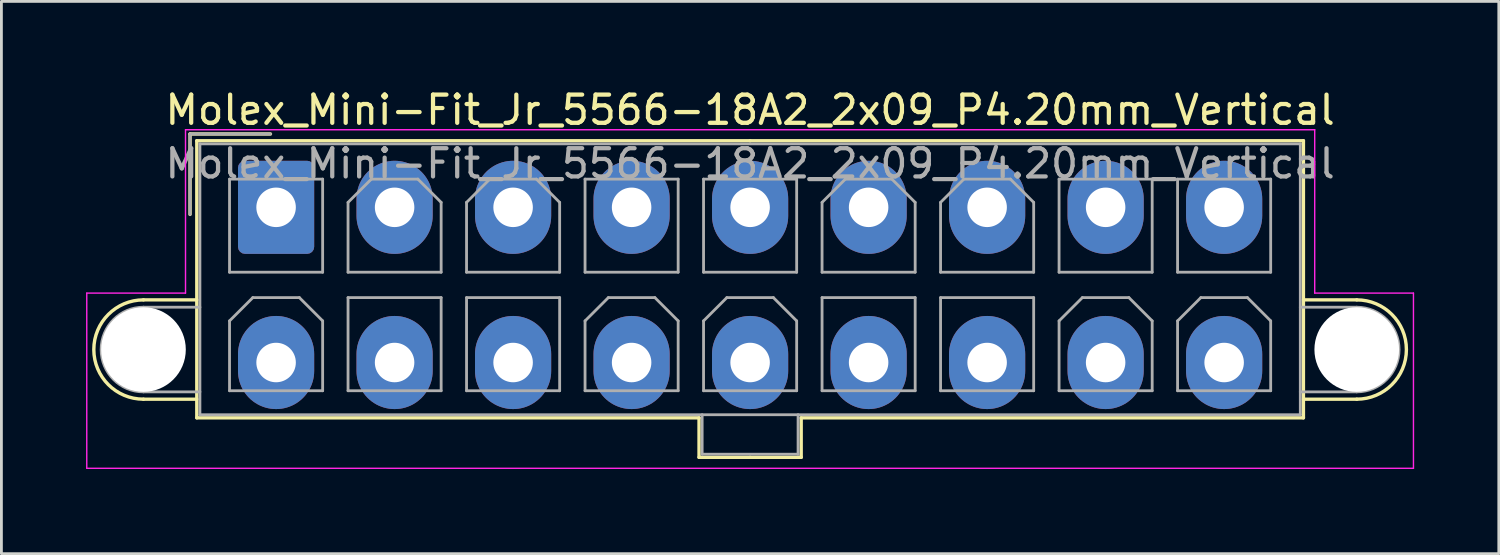
<source format=kicad_pcb>
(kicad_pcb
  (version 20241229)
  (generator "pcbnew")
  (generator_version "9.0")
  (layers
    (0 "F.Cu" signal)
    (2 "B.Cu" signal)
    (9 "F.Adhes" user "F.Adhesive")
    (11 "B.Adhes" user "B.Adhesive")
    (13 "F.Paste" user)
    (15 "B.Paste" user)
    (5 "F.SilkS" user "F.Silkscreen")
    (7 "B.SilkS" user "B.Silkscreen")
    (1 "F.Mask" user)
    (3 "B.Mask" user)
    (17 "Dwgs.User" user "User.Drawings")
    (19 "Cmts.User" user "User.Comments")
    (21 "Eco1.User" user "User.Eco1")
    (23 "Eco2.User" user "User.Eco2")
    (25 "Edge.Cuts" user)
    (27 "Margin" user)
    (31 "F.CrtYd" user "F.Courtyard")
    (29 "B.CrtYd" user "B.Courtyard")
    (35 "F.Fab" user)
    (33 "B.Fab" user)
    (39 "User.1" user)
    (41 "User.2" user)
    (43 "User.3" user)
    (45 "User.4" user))
  (footprint "Molex_Mini-Fit_Jr_5566-18A2_2x09_P4.20mm_Vertical"
    (layer "F.Cu")
    (at 6.735 4.298)
    (property "Reference" "Molex_Mini-Fit_Jr_5566-18A2_2x09_P4.20mm_Vertical" (at 16.8 -3.45 0) (layer "F.SilkS") (effects (font (size 1 1) (thickness 0.15))))
    (attr through_hole)
    (fp_line (start -4.7 3.28) (end -2.81 3.28) (stroke (width 0.12) (type solid)) (layer "F.SilkS"))
    (fp_line (start -4.7 6.8) (end -2.81 6.8) (stroke (width 0.12) (type solid)) (layer "F.SilkS"))
    (fp_line (start -3.05 -2.6) (end -3.05 0.25) (stroke (width 0.12) (type solid)) (layer "F.SilkS"))
    (fp_line (start -2.81 -2.36) (end -2.81 7.46) (stroke (width 0.12) (type solid)) (layer "F.SilkS"))
    (fp_line (start -2.81 7.46) (end 14.99 7.46) (stroke (width 0.12) (type solid)) (layer "F.SilkS"))
    (fp_line (start -0.2 -2.6) (end -3.05 -2.6) (stroke (width 0.12) (type solid)) (layer "F.SilkS"))
    (fp_line (start 14.99 7.46) (end 14.99 8.86) (stroke (width 0.12) (type solid)) (layer "F.SilkS"))
    (fp_line (start 14.99 8.86) (end 16.8 8.86) (stroke (width 0.12) (type solid)) (layer "F.SilkS"))
    (fp_line (start 16.8 -2.36) (end -2.81 -2.36) (stroke (width 0.12) (type solid)) (layer "F.SilkS"))
    (fp_line (start 16.8 -2.36) (end 36.41 -2.36) (stroke (width 0.12) (type solid)) (layer "F.SilkS"))
    (fp_line (start 18.61 7.46) (end 18.61 8.86) (stroke (width 0.12) (type solid)) (layer "F.SilkS"))
    (fp_line (start 18.61 8.86) (end 16.8 8.86) (stroke (width 0.12) (type solid)) (layer "F.SilkS"))
    (fp_line (start 36.41 -2.36) (end 36.41 7.46) (stroke (width 0.12) (type solid)) (layer "F.SilkS"))
    (fp_line (start 36.41 7.46) (end 18.61 7.46) (stroke (width 0.12) (type solid)) (layer "F.SilkS"))
    (fp_line (start 38.3 3.28) (end 36.41 3.28) (stroke (width 0.12) (type solid)) (layer "F.SilkS"))
    (fp_line (start 38.3 6.8) (end 36.41 6.8) (stroke (width 0.12) (type solid)) (layer "F.SilkS"))
    (fp_arc (start -4.7 6.8) (mid -6.46 5.04) (end -4.7 3.28) (stroke (width 0.12) (type solid)) (layer "F.SilkS"))
    (fp_arc (start 38.3 3.28) (mid 40.06 5.04) (end 38.3 6.8) (stroke (width 0.12) (type solid)) (layer "F.SilkS"))
    (fp_line (start -6.71 3.04) (end -6.71 9.25) (stroke (width 0.05) (type solid)) (layer "F.CrtYd"))
    (fp_line (start -6.71 9.25) (end 40.31 9.25) (stroke (width 0.05) (type solid)) (layer "F.CrtYd"))
    (fp_line (start -3.21 -2.75) (end -3.21 3.04) (stroke (width 0.05) (type solid)) (layer "F.CrtYd"))
    (fp_line (start -3.21 3.04) (end -6.71 3.04) (stroke (width 0.05) (type solid)) (layer "F.CrtYd"))
    (fp_line (start 36.81 -2.75) (end -3.21 -2.75) (stroke (width 0.05) (type solid)) (layer "F.CrtYd"))
    (fp_line (start 36.81 3.04) (end 36.81 -2.75) (stroke (width 0.05) (type solid)) (layer "F.CrtYd"))
    (fp_line (start 40.31 3.04) (end 36.81 3.04) (stroke (width 0.05) (type solid)) (layer "F.CrtYd"))
    (fp_line (start 40.31 9.25) (end 40.31 3.04) (stroke (width 0.05) (type solid)) (layer "F.CrtYd"))
    (fp_line (start -4.7 3.54) (end -2.7 3.54) (stroke (width 0.1) (type solid)) (layer "F.Fab"))
    (fp_line (start -4.7 6.54) (end -2.7 6.54) (stroke (width 0.1) (type solid)) (layer "F.Fab"))
    (fp_line (start -3.05 -2.6) (end -3.05 0.25) (stroke (width 0.1) (type solid)) (layer "F.Fab"))
    (fp_line (start -2.7 -2.25) (end -2.7 7.35) (stroke (width 0.1) (type solid)) (layer "F.Fab"))
    (fp_line (start -2.7 7.35) (end 36.3 7.35) (stroke (width 0.1) (type solid)) (layer "F.Fab"))
    (fp_line (start -1.65 -1) (end -1.65 2.3) (stroke (width 0.1) (type solid)) (layer "F.Fab"))
    (fp_line (start -1.65 2.3) (end 1.65 2.3) (stroke (width 0.1) (type solid)) (layer "F.Fab"))
    (fp_line (start -1.65 4.025) (end -0.825 3.2) (stroke (width 0.1) (type solid)) (layer "F.Fab"))
    (fp_line (start -1.65 6.5) (end -1.65 4.025) (stroke (width 0.1) (type solid)) (layer "F.Fab"))
    (fp_line (start -0.825 3.2) (end 0.825 3.2) (stroke (width 0.1) (type solid)) (layer "F.Fab"))
    (fp_line (start -0.2 -2.6) (end -3.05 -2.6) (stroke (width 0.1) (type solid)) (layer "F.Fab"))
    (fp_line (start 0.825 3.2) (end 1.65 4.025) (stroke (width 0.1) (type solid)) (layer "F.Fab"))
    (fp_line (start 1.65 -1) (end -1.65 -1) (stroke (width 0.1) (type solid)) (layer "F.Fab"))
    (fp_line (start 1.65 2.3) (end 1.65 -1) (stroke (width 0.1) (type solid)) (layer "F.Fab"))
    (fp_line (start 1.65 4.025) (end 1.65 6.5) (stroke (width 0.1) (type solid)) (layer "F.Fab"))
    (fp_line (start 1.65 6.5) (end -1.65 6.5) (stroke (width 0.1) (type solid)) (layer "F.Fab"))
    (fp_line (start 2.55 -0.175) (end 3.375 -1) (stroke (width 0.1) (type solid)) (layer "F.Fab"))
    (fp_line (start 2.55 2.3) (end 2.55 -0.175) (stroke (width 0.1) (type solid)) (layer "F.Fab"))
    (fp_line (start 2.55 3.2) (end 2.55 6.5) (stroke (width 0.1) (type solid)) (layer "F.Fab"))
    (fp_line (start 2.55 6.5) (end 5.85 6.5) (stroke (width 0.1) (type solid)) (layer "F.Fab"))
    (fp_line (start 3.375 -1) (end 5.025 -1) (stroke (width 0.1) (type solid)) (layer "F.Fab"))
    (fp_line (start 5.025 -1) (end 5.85 -0.175) (stroke (width 0.1) (type solid)) (layer "F.Fab"))
    (fp_line (start 5.85 -0.175) (end 5.85 2.3) (stroke (width 0.1) (type solid)) (layer "F.Fab"))
    (fp_line (start 5.85 2.3) (end 2.55 2.3) (stroke (width 0.1) (type solid)) (layer "F.Fab"))
    (fp_line (start 5.85 3.2) (end 2.55 3.2) (stroke (width 0.1) (type solid)) (layer "F.Fab"))
    (fp_line (start 5.85 6.5) (end 5.85 3.2) (stroke (width 0.1) (type solid)) (layer "F.Fab"))
    (fp_line (start 6.75 -0.175) (end 7.575 -1) (stroke (width 0.1) (type solid)) (layer "F.Fab"))
    (fp_line (start 6.75 2.3) (end 6.75 -0.175) (stroke (width 0.1) (type solid)) (layer "F.Fab"))
    (fp_line (start 6.75 3.2) (end 6.75 6.5) (stroke (width 0.1) (type solid)) (layer "F.Fab"))
    (fp_line (start 6.75 6.5) (end 10.05 6.5) (stroke (width 0.1) (type solid)) (layer "F.Fab"))
    (fp_line (start 7.575 -1) (end 9.225 -1) (stroke (width 0.1) (type solid)) (layer "F.Fab"))
    (fp_line (start 9.225 -1) (end 10.05 -0.175) (stroke (width 0.1) (type solid)) (layer "F.Fab"))
    (fp_line (start 10.05 -0.175) (end 10.05 2.3) (stroke (width 0.1) (type solid)) (layer "F.Fab"))
    (fp_line (start 10.05 2.3) (end 6.75 2.3) (stroke (width 0.1) (type solid)) (layer "F.Fab"))
    (fp_line (start 10.05 3.2) (end 6.75 3.2) (stroke (width 0.1) (type solid)) (layer "F.Fab"))
    (fp_line (start 10.05 6.5) (end 10.05 3.2) (stroke (width 0.1) (type solid)) (layer "F.Fab"))
    (fp_line (start 10.95 -1) (end 10.95 2.3) (stroke (width 0.1) (type solid)) (layer "F.Fab"))
    (fp_line (start 10.95 2.3) (end 14.25 2.3) (stroke (width 0.1) (type solid)) (layer "F.Fab"))
    (fp_line (start 10.95 4.025) (end 11.775 3.2) (stroke (width 0.1) (type solid)) (layer "F.Fab"))
    (fp_line (start 10.95 6.5) (end 10.95 4.025) (stroke (width 0.1) (type solid)) (layer "F.Fab"))
    (fp_line (start 11.775 3.2) (end 13.425 3.2) (stroke (width 0.1) (type solid)) (layer "F.Fab"))
    (fp_line (start 13.425 3.2) (end 14.25 4.025) (stroke (width 0.1) (type solid)) (layer "F.Fab"))
    (fp_line (start 14.25 -1) (end 10.95 -1) (stroke (width 0.1) (type solid)) (layer "F.Fab"))
    (fp_line (start 14.25 2.3) (end 14.25 -1) (stroke (width 0.1) (type solid)) (layer "F.Fab"))
    (fp_line (start 14.25 4.025) (end 14.25 6.5) (stroke (width 0.1) (type solid)) (layer "F.Fab"))
    (fp_line (start 14.25 6.5) (end 10.95 6.5) (stroke (width 0.1) (type solid)) (layer "F.Fab"))
    (fp_line (start 15.1 7.35) (end 15.1 8.75) (stroke (width 0.1) (type solid)) (layer "F.Fab"))
    (fp_line (start 15.1 8.75) (end 18.5 8.75) (stroke (width 0.1) (type solid)) (layer "F.Fab"))
    (fp_line (start 15.15 -1) (end 15.15 2.3) (stroke (width 0.1) (type solid)) (layer "F.Fab"))
    (fp_line (start 15.15 2.3) (end 18.45 2.3) (stroke (width 0.1) (type solid)) (layer "F.Fab"))
    (fp_line (start 15.15 4.025) (end 15.975 3.2) (stroke (width 0.1) (type solid)) (layer "F.Fab"))
    (fp_line (start 15.15 6.5) (end 15.15 4.025) (stroke (width 0.1) (type solid)) (layer "F.Fab"))
    (fp_line (start 15.975 3.2) (end 17.625 3.2) (stroke (width 0.1) (type solid)) (layer "F.Fab"))
    (fp_line (start 17.625 3.2) (end 18.45 4.025) (stroke (width 0.1) (type solid)) (layer "F.Fab"))
    (fp_line (start 18.45 -1) (end 15.15 -1) (stroke (width 0.1) (type solid)) (layer "F.Fab"))
    (fp_line (start 18.45 2.3) (end 18.45 -1) (stroke (width 0.1) (type solid)) (layer "F.Fab"))
    (fp_line (start 18.45 4.025) (end 18.45 6.5) (stroke (width 0.1) (type solid)) (layer "F.Fab"))
    (fp_line (start 18.45 6.5) (end 15.15 6.5) (stroke (width 0.1) (type solid)) (layer "F.Fab"))
    (fp_line (start 18.5 8.75) (end 18.5 7.35) (stroke (width 0.1) (type solid)) (layer "F.Fab"))
    (fp_line (start 19.35 -0.175) (end 20.175 -1) (stroke (width 0.1) (type solid)) (layer "F.Fab"))
    (fp_line (start 19.35 2.3) (end 19.35 -0.175) (stroke (width 0.1) (type solid)) (layer "F.Fab"))
    (fp_line (start 19.35 3.2) (end 19.35 6.5) (stroke (width 0.1) (type solid)) (layer "F.Fab"))
    (fp_line (start 19.35 6.5) (end 22.65 6.5) (stroke (width 0.1) (type solid)) (layer "F.Fab"))
    (fp_line (start 20.175 -1) (end 21.825 -1) (stroke (width 0.1) (type solid)) (layer "F.Fab"))
    (fp_line (start 21.825 -1) (end 22.65 -0.175) (stroke (width 0.1) (type solid)) (layer "F.Fab"))
    (fp_line (start 22.65 -0.175) (end 22.65 2.3) (stroke (width 0.1) (type solid)) (layer "F.Fab"))
    (fp_line (start 22.65 2.3) (end 19.35 2.3) (stroke (width 0.1) (type solid)) (layer "F.Fab"))
    (fp_line (start 22.65 3.2) (end 19.35 3.2) (stroke (width 0.1) (type solid)) (layer "F.Fab"))
    (fp_line (start 22.65 6.5) (end 22.65 3.2) (stroke (width 0.1) (type solid)) (layer "F.Fab"))
    (fp_line (start 23.55 -0.175) (end 24.375 -1) (stroke (width 0.1) (type solid)) (layer "F.Fab"))
    (fp_line (start 23.55 2.3) (end 23.55 -0.175) (stroke (width 0.1) (type solid)) (layer "F.Fab"))
    (fp_line (start 23.55 3.2) (end 23.55 6.5) (stroke (width 0.1) (type solid)) (layer "F.Fab"))
    (fp_line (start 23.55 6.5) (end 26.85 6.5) (stroke (width 0.1) (type solid)) (layer "F.Fab"))
    (fp_line (start 24.375 -1) (end 26.025 -1) (stroke (width 0.1) (type solid)) (layer "F.Fab"))
    (fp_line (start 26.025 -1) (end 26.85 -0.175) (stroke (width 0.1) (type solid)) (layer "F.Fab"))
    (fp_line (start 26.85 -0.175) (end 26.85 2.3) (stroke (width 0.1) (type solid)) (layer "F.Fab"))
    (fp_line (start 26.85 2.3) (end 23.55 2.3) (stroke (width 0.1) (type solid)) (layer "F.Fab"))
    (fp_line (start 26.85 3.2) (end 23.55 3.2) (stroke (width 0.1) (type solid)) (layer "F.Fab"))
    (fp_line (start 26.85 6.5) (end 26.85 3.2) (stroke (width 0.1) (type solid)) (layer "F.Fab"))
    (fp_line (start 27.75 -1) (end 27.75 2.3) (stroke (width 0.1) (type solid)) (layer "F.Fab"))
    (fp_line (start 27.75 2.3) (end 31.05 2.3) (stroke (width 0.1) (type solid)) (layer "F.Fab"))
    (fp_line (start 27.75 4.025) (end 28.575 3.2) (stroke (width 0.1) (type solid)) (layer "F.Fab"))
    (fp_line (start 27.75 6.5) (end 27.75 4.025) (stroke (width 0.1) (type solid)) (layer "F.Fab"))
    (fp_line (start 28.575 3.2) (end 30.225 3.2) (stroke (width 0.1) (type solid)) (layer "F.Fab"))
    (fp_line (start 30.225 3.2) (end 31.05 4.025) (stroke (width 0.1) (type solid)) (layer "F.Fab"))
    (fp_line (start 31.05 -1) (end 27.75 -1) (stroke (width 0.1) (type solid)) (layer "F.Fab"))
    (fp_line (start 31.05 2.3) (end 31.05 -1) (stroke (width 0.1) (type solid)) (layer "F.Fab"))
    (fp_line (start 31.05 4.025) (end 31.05 6.5) (stroke (width 0.1) (type solid)) (layer "F.Fab"))
    (fp_line (start 31.05 6.5) (end 27.75 6.5) (stroke (width 0.1) (type solid)) (layer "F.Fab"))
    (fp_line (start 31.95 -1) (end 31.95 2.3) (stroke (width 0.1) (type solid)) (layer "F.Fab"))
    (fp_line (start 31.95 2.3) (end 35.25 2.3) (stroke (width 0.1) (type solid)) (layer "F.Fab"))
    (fp_line (start 31.95 4.025) (end 32.775 3.2) (stroke (width 0.1) (type solid)) (layer "F.Fab"))
    (fp_line (start 31.95 6.5) (end 31.95 4.025) (stroke (width 0.1) (type solid)) (layer "F.Fab"))
    (fp_line (start 32.775 3.2) (end 34.425 3.2) (stroke (width 0.1) (type solid)) (layer "F.Fab"))
    (fp_line (start 34.425 3.2) (end 35.25 4.025) (stroke (width 0.1) (type solid)) (layer "F.Fab"))
    (fp_line (start 35.25 -1) (end 31.95 -1) (stroke (width 0.1) (type solid)) (layer "F.Fab"))
    (fp_line (start 35.25 2.3) (end 35.25 -1) (stroke (width 0.1) (type solid)) (layer "F.Fab"))
    (fp_line (start 35.25 4.025) (end 35.25 6.5) (stroke (width 0.1) (type solid)) (layer "F.Fab"))
    (fp_line (start 35.25 6.5) (end 31.95 6.5) (stroke (width 0.1) (type solid)) (layer "F.Fab"))
    (fp_line (start 36.3 -2.25) (end -2.7 -2.25) (stroke (width 0.1) (type solid)) (layer "F.Fab"))
    (fp_line (start 36.3 7.35) (end 36.3 -2.25) (stroke (width 0.1) (type solid)) (layer "F.Fab"))
    (fp_line (start 38.3 3.54) (end 36.3 3.54) (stroke (width 0.1) (type solid)) (layer "F.Fab"))
    (fp_line (start 38.3 6.54) (end 36.3 6.54) (stroke (width 0.1) (type solid)) (layer "F.Fab"))
    (fp_arc (start -4.7 6.54) (mid -6.2 5.04) (end -4.7 3.54) (stroke (width 0.1) (type solid)) (layer "F.Fab"))
    (fp_arc (start 38.3 3.54) (mid 39.8 5.04) (end 38.3 6.54) (stroke (width 0.1) (type solid)) (layer "F.Fab"))
    (fp_text user "${REFERENCE}" (at 16.8 -1.55 0) (layer "F.Fab") (effects (font (size 1 1) (thickness 0.15))))
    (pad "" np_thru_hole circle (at -4.7 5.04) (size 3 3) (drill 3) (layers "*.Cu" "*.Mask"))
    (pad "" np_thru_hole circle (at 38.3 5.04) (size 3 3) (drill 3) (layers "*.Cu" "*.Mask"))
    (pad "1" thru_hole roundrect (at 0 0) (size 2.7 3.3) (drill 1.4) (layers "*.Cu" "*.Mask") (roundrect_rratio 0.093))
    (pad "2" thru_hole oval (at 4.2 0) (size 2.7 3.3) (drill 1.4) (layers "*.Cu" "*.Mask"))
    (pad "3" thru_hole oval (at 8.4 0) (size 2.7 3.3) (drill 1.4) (layers "*.Cu" "*.Mask"))
    (pad "4" thru_hole oval (at 12.6 0) (size 2.7 3.3) (drill 1.4) (layers "*.Cu" "*.Mask"))
    (pad "5" thru_hole oval (at 16.8 0) (size 2.7 3.3) (drill 1.4) (layers "*.Cu" "*.Mask"))
    (pad "6" thru_hole oval (at 21 0) (size 2.7 3.3) (drill 1.4) (layers "*.Cu" "*.Mask"))
    (pad "7" thru_hole oval (at 25.2 0) (size 2.7 3.3) (drill 1.4) (layers "*.Cu" "*.Mask"))
    (pad "8" thru_hole oval (at 29.4 0) (size 2.7 3.3) (drill 1.4) (layers "*.Cu" "*.Mask"))
    (pad "9" thru_hole oval (at 33.6 0) (size 2.7 3.3) (drill 1.4) (layers "*.Cu" "*.Mask"))
    (pad "10" thru_hole oval (at 0 5.5) (size 2.7 3.3) (drill 1.4) (layers "*.Cu" "*.Mask"))
    (pad "11" thru_hole oval (at 4.2 5.5) (size 2.7 3.3) (drill 1.4) (layers "*.Cu" "*.Mask"))
    (pad "12" thru_hole oval (at 8.4 5.5) (size 2.7 3.3) (drill 1.4) (layers "*.Cu" "*.Mask"))
    (pad "13" thru_hole oval (at 12.6 5.5) (size 2.7 3.3) (drill 1.4) (layers "*.Cu" "*.Mask"))
    (pad "14" thru_hole oval (at 16.8 5.5) (size 2.7 3.3) (drill 1.4) (layers "*.Cu" "*.Mask"))
    (pad "15" thru_hole oval (at 21 5.5) (size 2.7 3.3) (drill 1.4) (layers "*.Cu" "*.Mask"))
    (pad "16" thru_hole oval (at 25.2 5.5) (size 2.7 3.3) (drill 1.4) (layers "*.Cu" "*.Mask"))
    (pad "17" thru_hole oval (at 29.4 5.5) (size 2.7 3.3) (drill 1.4) (layers "*.Cu" "*.Mask"))
    (pad "18" thru_hole oval (at 33.6 5.5) (size 2.7 3.3) (drill 1.4) (layers "*.Cu" "*.Mask")))
  (gr_rect
    (start -3 -3)
    (end 50.07 16.573)
    (stroke (width 0.1) (type default))
    (fill no)
    (layer "Edge.Cuts")))
</source>
